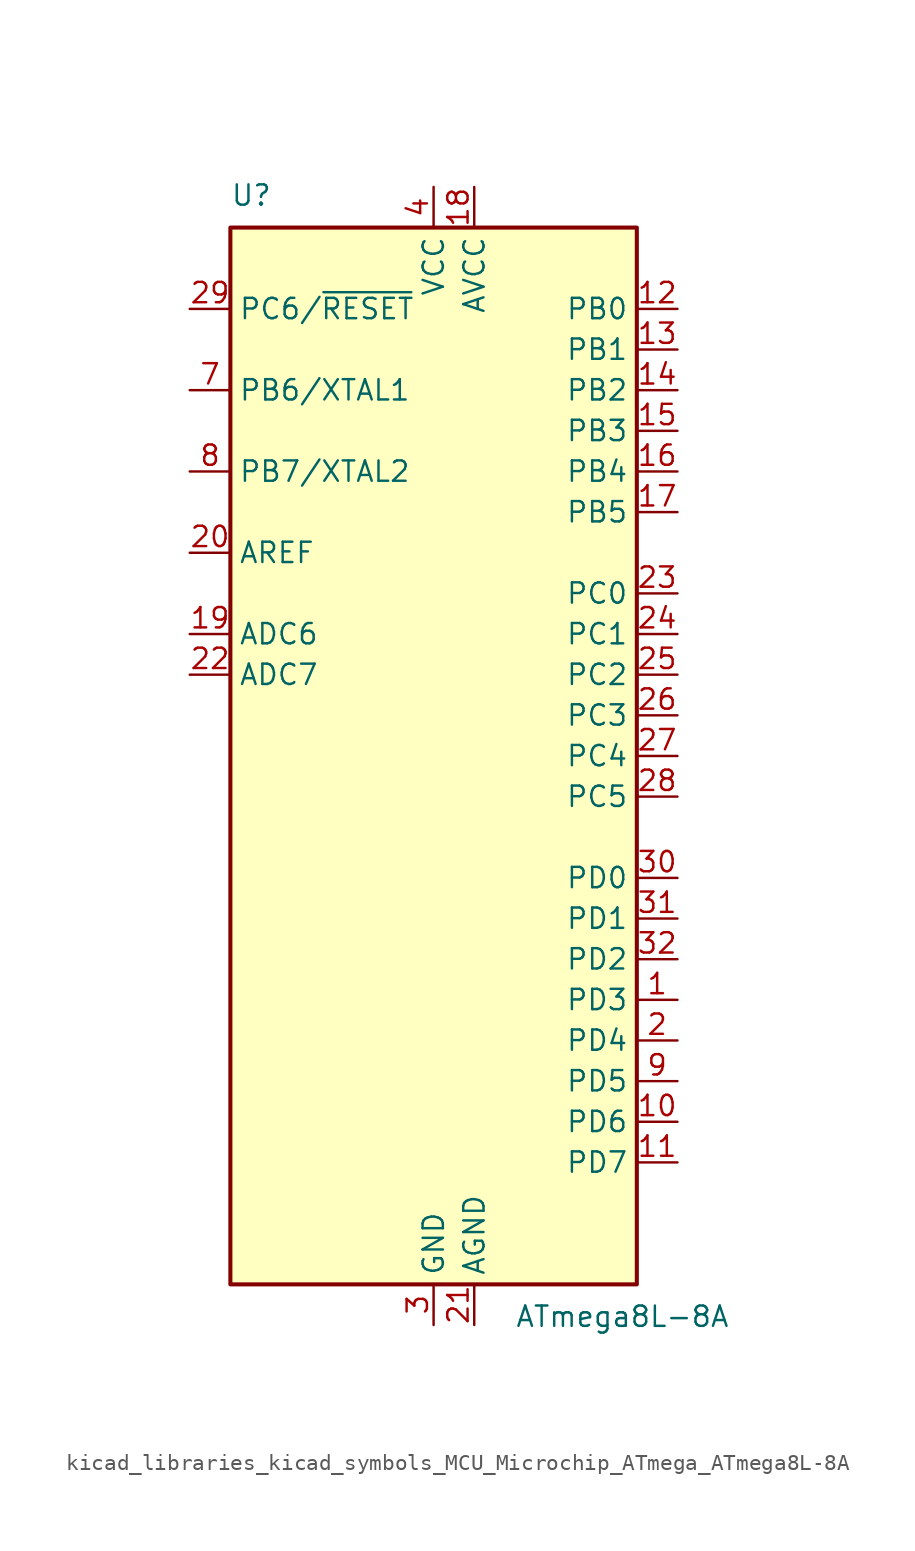
<source format=kicad_sym>
(kicad_symbol_lib
  (version 20220914)
  (generator kicad_symbol_editor)
  (symbol "kicad_libraries_kicad_symbols_MCU_Microchip_ATmega_ATmega8L-8A"
    (property "Reference" "U"
      (at -12.7 34.29 0)
      (effects (font (size 1.27 1.27)) (justify left bottom)))
    (property "Value" "ATmega8L-8A"
      (at 5.08 -34.29 0)
      (effects (font (size 1.27 1.27)) (justify left top)))
    (symbol "kicad_libraries_kicad_symbols_MCU_Microchip_ATmega_ATmega8L-8A_0_1"
      (rectangle (start -12.7 -33.02) (end 12.7 33.02) (stroke (width 0.254) (type default)) (fill (type background))))
    (symbol "kicad_libraries_kicad_symbols_MCU_Microchip_ATmega_ATmega8L-8A_1_1"
      (pin bidirectional line (at 15.24 -15.24 180) (length 2.54) (name "PD3" (effects (font (size 1.27 1.27)))) (number "1" (effects (font (size 1.27 1.27)))))
      (pin bidirectional line (at 15.24 -22.86 180) (length 2.54) (name "PD6" (effects (font (size 1.27 1.27)))) (number "10" (effects (font (size 1.27 1.27)))))
      (pin bidirectional line (at 15.24 -25.4 180) (length 2.54) (name "PD7" (effects (font (size 1.27 1.27)))) (number "11" (effects (font (size 1.27 1.27)))))
      (pin bidirectional line (at 15.24 27.94 180) (length 2.54) (name "PB0" (effects (font (size 1.27 1.27)))) (number "12" (effects (font (size 1.27 1.27)))))
      (pin bidirectional line (at 15.24 25.4 180) (length 2.54) (name "PB1" (effects (font (size 1.27 1.27)))) (number "13" (effects (font (size 1.27 1.27)))))
      (pin bidirectional line (at 15.24 22.86 180) (length 2.54) (name "PB2" (effects (font (size 1.27 1.27)))) (number "14" (effects (font (size 1.27 1.27)))))
      (pin bidirectional line (at 15.24 20.32 180) (length 2.54) (name "PB3" (effects (font (size 1.27 1.27)))) (number "15" (effects (font (size 1.27 1.27)))))
      (pin bidirectional line (at 15.24 17.78 180) (length 2.54) (name "PB4" (effects (font (size 1.27 1.27)))) (number "16" (effects (font (size 1.27 1.27)))))
      (pin bidirectional line (at 15.24 15.24 180) (length 2.54) (name "PB5" (effects (font (size 1.27 1.27)))) (number "17" (effects (font (size 1.27 1.27)))))
      (pin power_in line (at 2.54 35.56 270) (length 2.54) (name "AVCC" (effects (font (size 1.27 1.27)))) (number "18" (effects (font (size 1.27 1.27)))))
      (pin input line (at -15.24 7.62 0) (length 2.54) (name "ADC6" (effects (font (size 1.27 1.27)))) (number "19" (effects (font (size 1.27 1.27)))))
      (pin bidirectional line (at 15.24 -17.78 180) (length 2.54) (name "PD4" (effects (font (size 1.27 1.27)))) (number "2" (effects (font (size 1.27 1.27)))))
      (pin passive line (at -15.24 12.7 0) (length 2.54) (name "AREF" (effects (font (size 1.27 1.27)))) (number "20" (effects (font (size 1.27 1.27)))))
      (pin power_in line (at 2.54 -35.56 90) (length 2.54) (name "AGND" (effects (font (size 1.27 1.27)))) (number "21" (effects (font (size 1.27 1.27)))))
      (pin input line (at -15.24 5.08 0) (length 2.54) (name "ADC7" (effects (font (size 1.27 1.27)))) (number "22" (effects (font (size 1.27 1.27)))))
      (pin bidirectional line (at 15.24 10.16 180) (length 2.54) (name "PC0" (effects (font (size 1.27 1.27)))) (number "23" (effects (font (size 1.27 1.27)))))
      (pin bidirectional line (at 15.24 7.62 180) (length 2.54) (name "PC1" (effects (font (size 1.27 1.27)))) (number "24" (effects (font (size 1.27 1.27)))))
      (pin bidirectional line (at 15.24 5.08 180) (length 2.54) (name "PC2" (effects (font (size 1.27 1.27)))) (number "25" (effects (font (size 1.27 1.27)))))
      (pin bidirectional line (at 15.24 2.54 180) (length 2.54) (name "PC3" (effects (font (size 1.27 1.27)))) (number "26" (effects (font (size 1.27 1.27)))))
      (pin bidirectional line (at 15.24 0 180) (length 2.54) (name "PC4" (effects (font (size 1.27 1.27)))) (number "27" (effects (font (size 1.27 1.27)))))
      (pin bidirectional line (at 15.24 -2.54 180) (length 2.54) (name "PC5" (effects (font (size 1.27 1.27)))) (number "28" (effects (font (size 1.27 1.27)))))
      (pin bidirectional line (at -15.24 27.94 0) (length 2.54) (name "PC6/~{RESET}" (effects (font (size 1.27 1.27)))) (number "29" (effects (font (size 1.27 1.27)))))
      (pin power_in line (at 0 -35.56 90) (length 2.54) (name "GND" (effects (font (size 1.27 1.27)))) (number "3" (effects (font (size 1.27 1.27)))))
      (pin bidirectional line (at 15.24 -7.62 180) (length 2.54) (name "PD0" (effects (font (size 1.27 1.27)))) (number "30" (effects (font (size 1.27 1.27)))))
      (pin bidirectional line (at 15.24 -10.16 180) (length 2.54) (name "PD1" (effects (font (size 1.27 1.27)))) (number "31" (effects (font (size 1.27 1.27)))))
      (pin bidirectional line (at 15.24 -12.7 180) (length 2.54) (name "PD2" (effects (font (size 1.27 1.27)))) (number "32" (effects (font (size 1.27 1.27)))))
      (pin power_in line (at 0 35.56 270) (length 2.54) (name "VCC" (effects (font (size 1.27 1.27)))) (number "4" (effects (font (size 1.27 1.27)))))
      (pin passive line (at 0 -35.56 90) (length 2.54) hide (name "GND" (effects (font (size 1.27 1.27)))) (number "5" (effects (font (size 1.27 1.27)))))
      (pin passive line (at 0 35.56 270) (length 2.54) hide (name "VCC" (effects (font (size 1.27 1.27)))) (number "6" (effects (font (size 1.27 1.27)))))
      (pin bidirectional line (at -15.24 22.86 0) (length 2.54) (name "PB6/XTAL1" (effects (font (size 1.27 1.27)))) (number "7" (effects (font (size 1.27 1.27)))))
      (pin bidirectional line (at -15.24 17.78 0) (length 2.54) (name "PB7/XTAL2" (effects (font (size 1.27 1.27)))) (number "8" (effects (font (size 1.27 1.27)))))
      (pin bidirectional line (at 15.24 -20.32 180) (length 2.54) (name "PD5" (effects (font (size 1.27 1.27)))) (number "9" (effects (font (size 1.27 1.27))))))))
</source>
